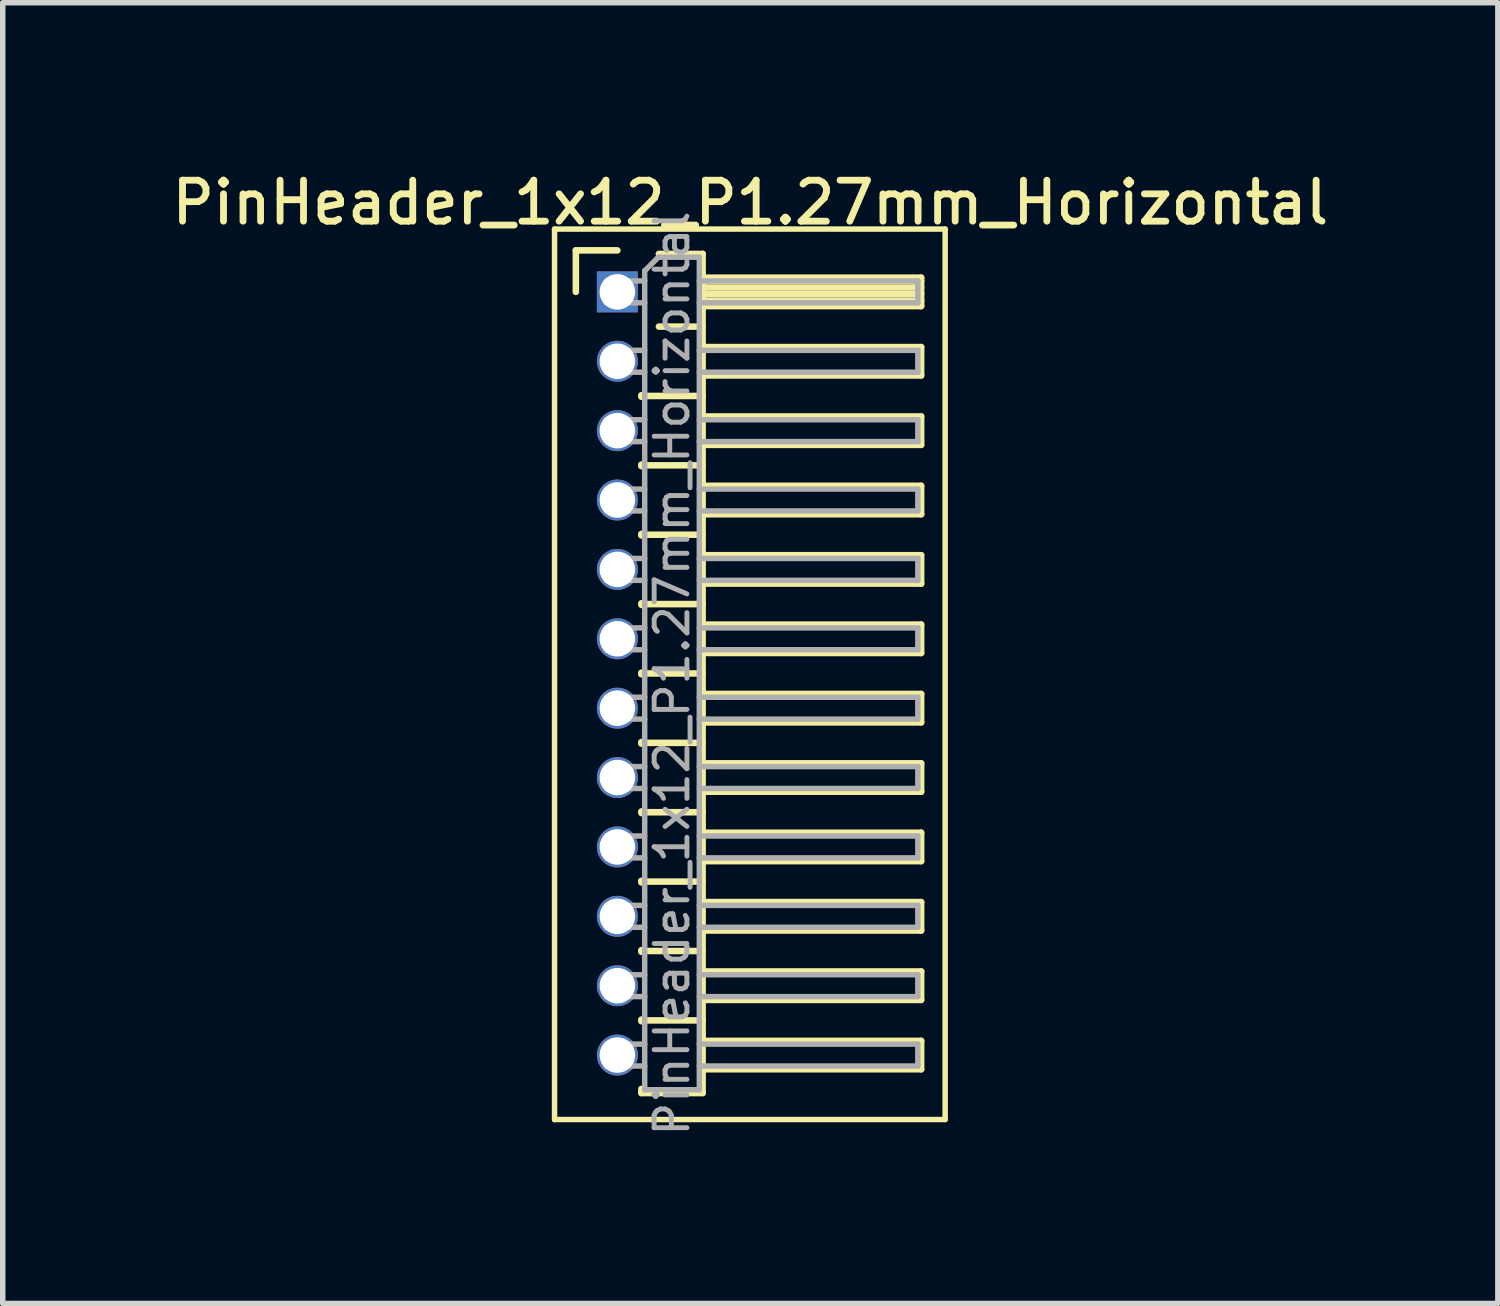
<source format=kicad_pcb>
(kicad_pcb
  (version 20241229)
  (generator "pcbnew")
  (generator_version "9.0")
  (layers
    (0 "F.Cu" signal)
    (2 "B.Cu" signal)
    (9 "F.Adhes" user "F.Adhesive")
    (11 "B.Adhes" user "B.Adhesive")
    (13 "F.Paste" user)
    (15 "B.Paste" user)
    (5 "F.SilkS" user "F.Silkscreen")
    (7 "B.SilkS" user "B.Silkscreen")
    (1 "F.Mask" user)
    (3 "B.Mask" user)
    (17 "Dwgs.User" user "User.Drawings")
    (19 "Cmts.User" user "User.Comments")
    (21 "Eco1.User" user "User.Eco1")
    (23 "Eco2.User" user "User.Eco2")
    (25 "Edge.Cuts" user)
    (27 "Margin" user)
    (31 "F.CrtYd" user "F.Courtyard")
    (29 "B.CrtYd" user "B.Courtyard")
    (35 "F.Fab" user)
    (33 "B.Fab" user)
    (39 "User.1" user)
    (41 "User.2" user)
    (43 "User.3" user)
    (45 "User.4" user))
  (footprint "PinHeader_1x12_P1.27mm_Horizontal"
    (layer "F.Cu")
    (at 8.251 2.293)
    (property "Reference" "PinHeader_1x12_P1.27mm_Horizontal" (at 2.433 -1.635 0) (layer "F.SilkS") (effects (font (size 0.75 0.75) (thickness 0.125))))
    (attr through_hole)
    (fp_line (start -1.15 -1.15) (end -1.15 15.15) (stroke (width 0.1) (type solid)) (layer "F.SilkS"))
    (fp_line (start -1.15 15.15) (end 6 15.15) (stroke (width 0.1) (type solid)) (layer "F.SilkS"))
    (fp_line (start -0.76 -0.76) (end 0 -0.76) (stroke (width 0.12) (type solid)) (layer "F.SilkS"))
    (fp_line (start -0.76 0) (end -0.76 -0.76) (stroke (width 0.12) (type solid)) (layer "F.SilkS"))
    (fp_line (start 0.44 1.89) (end 0.44 1.92) (stroke (width 0.12) (type solid)) (layer "F.SilkS"))
    (fp_line (start 0.44 1.905) (end 1.56 1.905) (stroke (width 0.12) (type solid)) (layer "F.SilkS"))
    (fp_line (start 0.44 3.16) (end 0.44 3.19) (stroke (width 0.12) (type solid)) (layer "F.SilkS"))
    (fp_line (start 0.44 3.175) (end 1.56 3.175) (stroke (width 0.12) (type solid)) (layer "F.SilkS"))
    (fp_line (start 0.44 4.43) (end 0.44 4.46) (stroke (width 0.12) (type solid)) (layer "F.SilkS"))
    (fp_line (start 0.44 4.445) (end 1.56 4.445) (stroke (width 0.12) (type solid)) (layer "F.SilkS"))
    (fp_line (start 0.44 5.7) (end 0.44 5.73) (stroke (width 0.12) (type solid)) (layer "F.SilkS"))
    (fp_line (start 0.44 5.715) (end 1.56 5.715) (stroke (width 0.12) (type solid)) (layer "F.SilkS"))
    (fp_line (start 0.44 6.97) (end 0.44 7) (stroke (width 0.12) (type solid)) (layer "F.SilkS"))
    (fp_line (start 0.44 6.985) (end 1.56 6.985) (stroke (width 0.12) (type solid)) (layer "F.SilkS"))
    (fp_line (start 0.44 8.24) (end 0.44 8.27) (stroke (width 0.12) (type solid)) (layer "F.SilkS"))
    (fp_line (start 0.44 8.255) (end 1.56 8.255) (stroke (width 0.12) (type solid)) (layer "F.SilkS"))
    (fp_line (start 0.44 9.51) (end 0.44 9.54) (stroke (width 0.12) (type solid)) (layer "F.SilkS"))
    (fp_line (start 0.44 9.525) (end 1.56 9.525) (stroke (width 0.12) (type solid)) (layer "F.SilkS"))
    (fp_line (start 0.44 10.78) (end 0.44 10.81) (stroke (width 0.12) (type solid)) (layer "F.SilkS"))
    (fp_line (start 0.44 10.795) (end 1.56 10.795) (stroke (width 0.12) (type solid)) (layer "F.SilkS"))
    (fp_line (start 0.44 12.05) (end 0.44 12.08) (stroke (width 0.12) (type solid)) (layer "F.SilkS"))
    (fp_line (start 0.44 12.065) (end 1.56 12.065) (stroke (width 0.12) (type solid)) (layer "F.SilkS"))
    (fp_line (start 0.44 13.32) (end 0.44 13.35) (stroke (width 0.12) (type solid)) (layer "F.SilkS"))
    (fp_line (start 0.44 13.335) (end 1.56 13.335) (stroke (width 0.12) (type solid)) (layer "F.SilkS"))
    (fp_line (start 0.44 14.665) (end 0.44 14.59) (stroke (width 0.12) (type solid)) (layer "F.SilkS"))
    (fp_line (start 0.76 -0.695) (end 1.56 -0.695) (stroke (width 0.12) (type solid)) (layer "F.SilkS"))
    (fp_line (start 0.76 0.635) (end 1.56 0.635) (stroke (width 0.12) (type solid)) (layer "F.SilkS"))
    (fp_line (start 1.56 -0.695) (end 1.56 14.665) (stroke (width 0.12) (type solid)) (layer "F.SilkS"))
    (fp_line (start 1.56 -0.26) (end 5.56 -0.26) (stroke (width 0.12) (type solid)) (layer "F.SilkS"))
    (fp_line (start 1.56 -0.2) (end 5.56 -0.2) (stroke (width 0.12) (type solid)) (layer "F.SilkS"))
    (fp_line (start 1.56 -0.08) (end 5.56 -0.08) (stroke (width 0.12) (type solid)) (layer "F.SilkS"))
    (fp_line (start 1.56 0.04) (end 5.56 0.04) (stroke (width 0.12) (type solid)) (layer "F.SilkS"))
    (fp_line (start 1.56 0.16) (end 5.56 0.16) (stroke (width 0.12) (type solid)) (layer "F.SilkS"))
    (fp_line (start 1.56 1.01) (end 5.56 1.01) (stroke (width 0.12) (type solid)) (layer "F.SilkS"))
    (fp_line (start 1.56 2.28) (end 5.56 2.28) (stroke (width 0.12) (type solid)) (layer "F.SilkS"))
    (fp_line (start 1.56 3.55) (end 5.56 3.55) (stroke (width 0.12) (type solid)) (layer "F.SilkS"))
    (fp_line (start 1.56 4.82) (end 5.56 4.82) (stroke (width 0.12) (type solid)) (layer "F.SilkS"))
    (fp_line (start 1.56 6.09) (end 5.56 6.09) (stroke (width 0.12) (type solid)) (layer "F.SilkS"))
    (fp_line (start 1.56 7.36) (end 5.56 7.36) (stroke (width 0.12) (type solid)) (layer "F.SilkS"))
    (fp_line (start 1.56 8.63) (end 5.56 8.63) (stroke (width 0.12) (type solid)) (layer "F.SilkS"))
    (fp_line (start 1.56 9.9) (end 5.56 9.9) (stroke (width 0.12) (type solid)) (layer "F.SilkS"))
    (fp_line (start 1.56 11.17) (end 5.56 11.17) (stroke (width 0.12) (type solid)) (layer "F.SilkS"))
    (fp_line (start 1.56 12.44) (end 5.56 12.44) (stroke (width 0.12) (type solid)) (layer "F.SilkS"))
    (fp_line (start 1.56 13.71) (end 5.56 13.71) (stroke (width 0.12) (type solid)) (layer "F.SilkS"))
    (fp_line (start 1.56 14.665) (end 0.44 14.665) (stroke (width 0.12) (type solid)) (layer "F.SilkS"))
    (fp_line (start 5.56 -0.26) (end 5.56 0.26) (stroke (width 0.12) (type solid)) (layer "F.SilkS"))
    (fp_line (start 5.56 0.26) (end 1.56 0.26) (stroke (width 0.12) (type solid)) (layer "F.SilkS"))
    (fp_line (start 5.56 1.01) (end 5.56 1.53) (stroke (width 0.12) (type solid)) (layer "F.SilkS"))
    (fp_line (start 5.56 1.53) (end 1.56 1.53) (stroke (width 0.12) (type solid)) (layer "F.SilkS"))
    (fp_line (start 5.56 2.28) (end 5.56 2.8) (stroke (width 0.12) (type solid)) (layer "F.SilkS"))
    (fp_line (start 5.56 2.8) (end 1.56 2.8) (stroke (width 0.12) (type solid)) (layer "F.SilkS"))
    (fp_line (start 5.56 3.55) (end 5.56 4.07) (stroke (width 0.12) (type solid)) (layer "F.SilkS"))
    (fp_line (start 5.56 4.07) (end 1.56 4.07) (stroke (width 0.12) (type solid)) (layer "F.SilkS"))
    (fp_line (start 5.56 4.82) (end 5.56 5.34) (stroke (width 0.12) (type solid)) (layer "F.SilkS"))
    (fp_line (start 5.56 5.34) (end 1.56 5.34) (stroke (width 0.12) (type solid)) (layer "F.SilkS"))
    (fp_line (start 5.56 6.09) (end 5.56 6.61) (stroke (width 0.12) (type solid)) (layer "F.SilkS"))
    (fp_line (start 5.56 6.61) (end 1.56 6.61) (stroke (width 0.12) (type solid)) (layer "F.SilkS"))
    (fp_line (start 5.56 7.36) (end 5.56 7.88) (stroke (width 0.12) (type solid)) (layer "F.SilkS"))
    (fp_line (start 5.56 7.88) (end 1.56 7.88) (stroke (width 0.12) (type solid)) (layer "F.SilkS"))
    (fp_line (start 5.56 8.63) (end 5.56 9.15) (stroke (width 0.12) (type solid)) (layer "F.SilkS"))
    (fp_line (start 5.56 9.15) (end 1.56 9.15) (stroke (width 0.12) (type solid)) (layer "F.SilkS"))
    (fp_line (start 5.56 9.9) (end 5.56 10.42) (stroke (width 0.12) (type solid)) (layer "F.SilkS"))
    (fp_line (start 5.56 10.42) (end 1.56 10.42) (stroke (width 0.12) (type solid)) (layer "F.SilkS"))
    (fp_line (start 5.56 11.17) (end 5.56 11.69) (stroke (width 0.12) (type solid)) (layer "F.SilkS"))
    (fp_line (start 5.56 11.69) (end 1.56 11.69) (stroke (width 0.12) (type solid)) (layer "F.SilkS"))
    (fp_line (start 5.56 12.44) (end 5.56 12.96) (stroke (width 0.12) (type solid)) (layer "F.SilkS"))
    (fp_line (start 5.56 12.96) (end 1.56 12.96) (stroke (width 0.12) (type solid)) (layer "F.SilkS"))
    (fp_line (start 5.56 13.71) (end 5.56 14.23) (stroke (width 0.12) (type solid)) (layer "F.SilkS"))
    (fp_line (start 5.56 14.23) (end 1.56 14.23) (stroke (width 0.12) (type solid)) (layer "F.SilkS"))
    (fp_line (start 6 -1.15) (end -1.15 -1.15) (stroke (width 0.1) (type solid)) (layer "F.SilkS"))
    (fp_line (start 6 15.15) (end 6 -1.15) (stroke (width 0.1) (type solid)) (layer "F.SilkS"))
    (fp_line (start -0.2 -0.2) (end -0.2 0.2) (stroke (width 0.1) (type solid)) (layer "F.Fab"))
    (fp_line (start -0.2 -0.2) (end 0.5 -0.2) (stroke (width 0.1) (type solid)) (layer "F.Fab"))
    (fp_line (start -0.2 0.2) (end 0.5 0.2) (stroke (width 0.1) (type solid)) (layer "F.Fab"))
    (fp_line (start -0.2 1.07) (end -0.2 1.47) (stroke (width 0.1) (type solid)) (layer "F.Fab"))
    (fp_line (start -0.2 1.07) (end 0.5 1.07) (stroke (width 0.1) (type solid)) (layer "F.Fab"))
    (fp_line (start -0.2 1.47) (end 0.5 1.47) (stroke (width 0.1) (type solid)) (layer "F.Fab"))
    (fp_line (start -0.2 2.34) (end -0.2 2.74) (stroke (width 0.1) (type solid)) (layer "F.Fab"))
    (fp_line (start -0.2 2.34) (end 0.5 2.34) (stroke (width 0.1) (type solid)) (layer "F.Fab"))
    (fp_line (start -0.2 2.74) (end 0.5 2.74) (stroke (width 0.1) (type solid)) (layer "F.Fab"))
    (fp_line (start -0.2 3.61) (end -0.2 4.01) (stroke (width 0.1) (type solid)) (layer "F.Fab"))
    (fp_line (start -0.2 3.61) (end 0.5 3.61) (stroke (width 0.1) (type solid)) (layer "F.Fab"))
    (fp_line (start -0.2 4.01) (end 0.5 4.01) (stroke (width 0.1) (type solid)) (layer "F.Fab"))
    (fp_line (start -0.2 4.88) (end -0.2 5.28) (stroke (width 0.1) (type solid)) (layer "F.Fab"))
    (fp_line (start -0.2 4.88) (end 0.5 4.88) (stroke (width 0.1) (type solid)) (layer "F.Fab"))
    (fp_line (start -0.2 5.28) (end 0.5 5.28) (stroke (width 0.1) (type solid)) (layer "F.Fab"))
    (fp_line (start -0.2 6.15) (end -0.2 6.55) (stroke (width 0.1) (type solid)) (layer "F.Fab"))
    (fp_line (start -0.2 6.15) (end 0.5 6.15) (stroke (width 0.1) (type solid)) (layer "F.Fab"))
    (fp_line (start -0.2 6.55) (end 0.5 6.55) (stroke (width 0.1) (type solid)) (layer "F.Fab"))
    (fp_line (start -0.2 7.42) (end -0.2 7.82) (stroke (width 0.1) (type solid)) (layer "F.Fab"))
    (fp_line (start -0.2 7.42) (end 0.5 7.42) (stroke (width 0.1) (type solid)) (layer "F.Fab"))
    (fp_line (start -0.2 7.82) (end 0.5 7.82) (stroke (width 0.1) (type solid)) (layer "F.Fab"))
    (fp_line (start -0.2 8.69) (end -0.2 9.09) (stroke (width 0.1) (type solid)) (layer "F.Fab"))
    (fp_line (start -0.2 8.69) (end 0.5 8.69) (stroke (width 0.1) (type solid)) (layer "F.Fab"))
    (fp_line (start -0.2 9.09) (end 0.5 9.09) (stroke (width 0.1) (type solid)) (layer "F.Fab"))
    (fp_line (start -0.2 9.96) (end -0.2 10.36) (stroke (width 0.1) (type solid)) (layer "F.Fab"))
    (fp_line (start -0.2 9.96) (end 0.5 9.96) (stroke (width 0.1) (type solid)) (layer "F.Fab"))
    (fp_line (start -0.2 10.36) (end 0.5 10.36) (stroke (width 0.1) (type solid)) (layer "F.Fab"))
    (fp_line (start -0.2 11.23) (end -0.2 11.63) (stroke (width 0.1) (type solid)) (layer "F.Fab"))
    (fp_line (start -0.2 11.23) (end 0.5 11.23) (stroke (width 0.1) (type solid)) (layer "F.Fab"))
    (fp_line (start -0.2 11.63) (end 0.5 11.63) (stroke (width 0.1) (type solid)) (layer "F.Fab"))
    (fp_line (start -0.2 12.5) (end -0.2 12.9) (stroke (width 0.1) (type solid)) (layer "F.Fab"))
    (fp_line (start -0.2 12.5) (end 0.5 12.5) (stroke (width 0.1) (type solid)) (layer "F.Fab"))
    (fp_line (start -0.2 12.9) (end 0.5 12.9) (stroke (width 0.1) (type solid)) (layer "F.Fab"))
    (fp_line (start -0.2 13.77) (end -0.2 14.17) (stroke (width 0.1) (type solid)) (layer "F.Fab"))
    (fp_line (start -0.2 13.77) (end 0.5 13.77) (stroke (width 0.1) (type solid)) (layer "F.Fab"))
    (fp_line (start -0.2 14.17) (end 0.5 14.17) (stroke (width 0.1) (type solid)) (layer "F.Fab"))
    (fp_line (start 0.5 -0.385) (end 0.75 -0.635) (stroke (width 0.1) (type solid)) (layer "F.Fab"))
    (fp_line (start 0.5 14.605) (end 0.5 -0.385) (stroke (width 0.1) (type solid)) (layer "F.Fab"))
    (fp_line (start 0.75 -0.635) (end 1.5 -0.635) (stroke (width 0.1) (type solid)) (layer "F.Fab"))
    (fp_line (start 1.5 -0.635) (end 1.5 14.605) (stroke (width 0.1) (type solid)) (layer "F.Fab"))
    (fp_line (start 1.5 -0.2) (end 5.5 -0.2) (stroke (width 0.1) (type solid)) (layer "F.Fab"))
    (fp_line (start 1.5 0.2) (end 5.5 0.2) (stroke (width 0.1) (type solid)) (layer "F.Fab"))
    (fp_line (start 1.5 1.07) (end 5.5 1.07) (stroke (width 0.1) (type solid)) (layer "F.Fab"))
    (fp_line (start 1.5 1.47) (end 5.5 1.47) (stroke (width 0.1) (type solid)) (layer "F.Fab"))
    (fp_line (start 1.5 2.34) (end 5.5 2.34) (stroke (width 0.1) (type solid)) (layer "F.Fab"))
    (fp_line (start 1.5 2.74) (end 5.5 2.74) (stroke (width 0.1) (type solid)) (layer "F.Fab"))
    (fp_line (start 1.5 3.61) (end 5.5 3.61) (stroke (width 0.1) (type solid)) (layer "F.Fab"))
    (fp_line (start 1.5 4.01) (end 5.5 4.01) (stroke (width 0.1) (type solid)) (layer "F.Fab"))
    (fp_line (start 1.5 4.88) (end 5.5 4.88) (stroke (width 0.1) (type solid)) (layer "F.Fab"))
    (fp_line (start 1.5 5.28) (end 5.5 5.28) (stroke (width 0.1) (type solid)) (layer "F.Fab"))
    (fp_line (start 1.5 6.15) (end 5.5 6.15) (stroke (width 0.1) (type solid)) (layer "F.Fab"))
    (fp_line (start 1.5 6.55) (end 5.5 6.55) (stroke (width 0.1) (type solid)) (layer "F.Fab"))
    (fp_line (start 1.5 7.42) (end 5.5 7.42) (stroke (width 0.1) (type solid)) (layer "F.Fab"))
    (fp_line (start 1.5 7.82) (end 5.5 7.82) (stroke (width 0.1) (type solid)) (layer "F.Fab"))
    (fp_line (start 1.5 8.69) (end 5.5 8.69) (stroke (width 0.1) (type solid)) (layer "F.Fab"))
    (fp_line (start 1.5 9.09) (end 5.5 9.09) (stroke (width 0.1) (type solid)) (layer "F.Fab"))
    (fp_line (start 1.5 9.96) (end 5.5 9.96) (stroke (width 0.1) (type solid)) (layer "F.Fab"))
    (fp_line (start 1.5 10.36) (end 5.5 10.36) (stroke (width 0.1) (type solid)) (layer "F.Fab"))
    (fp_line (start 1.5 11.23) (end 5.5 11.23) (stroke (width 0.1) (type solid)) (layer "F.Fab"))
    (fp_line (start 1.5 11.63) (end 5.5 11.63) (stroke (width 0.1) (type solid)) (layer "F.Fab"))
    (fp_line (start 1.5 12.5) (end 5.5 12.5) (stroke (width 0.1) (type solid)) (layer "F.Fab"))
    (fp_line (start 1.5 12.9) (end 5.5 12.9) (stroke (width 0.1) (type solid)) (layer "F.Fab"))
    (fp_line (start 1.5 13.77) (end 5.5 13.77) (stroke (width 0.1) (type solid)) (layer "F.Fab"))
    (fp_line (start 1.5 14.17) (end 5.5 14.17) (stroke (width 0.1) (type solid)) (layer "F.Fab"))
    (fp_line (start 1.5 14.605) (end 0.5 14.605) (stroke (width 0.1) (type solid)) (layer "F.Fab"))
    (fp_line (start 5.5 -0.2) (end 5.5 0.2) (stroke (width 0.1) (type solid)) (layer "F.Fab"))
    (fp_line (start 5.5 1.07) (end 5.5 1.47) (stroke (width 0.1) (type solid)) (layer "F.Fab"))
    (fp_line (start 5.5 2.34) (end 5.5 2.74) (stroke (width 0.1) (type solid)) (layer "F.Fab"))
    (fp_line (start 5.5 3.61) (end 5.5 4.01) (stroke (width 0.1) (type solid)) (layer "F.Fab"))
    (fp_line (start 5.5 4.88) (end 5.5 5.28) (stroke (width 0.1) (type solid)) (layer "F.Fab"))
    (fp_line (start 5.5 6.15) (end 5.5 6.55) (stroke (width 0.1) (type solid)) (layer "F.Fab"))
    (fp_line (start 5.5 7.42) (end 5.5 7.82) (stroke (width 0.1) (type solid)) (layer "F.Fab"))
    (fp_line (start 5.5 8.69) (end 5.5 9.09) (stroke (width 0.1) (type solid)) (layer "F.Fab"))
    (fp_line (start 5.5 9.96) (end 5.5 10.36) (stroke (width 0.1) (type solid)) (layer "F.Fab"))
    (fp_line (start 5.5 11.23) (end 5.5 11.63) (stroke (width 0.1) (type solid)) (layer "F.Fab"))
    (fp_line (start 5.5 12.5) (end 5.5 12.9) (stroke (width 0.1) (type solid)) (layer "F.Fab"))
    (fp_line (start 5.5 13.77) (end 5.5 14.17) (stroke (width 0.1) (type solid)) (layer "F.Fab"))
    (fp_text user "${REFERENCE}" (at 1 6.985 90) (layer "F.Fab") (effects (font (size 0.6 0.6) (thickness 0.09))))
    (pad "1" thru_hole rect (at 0 0) (size 0.75 0.75) (drill 0.65) (layers "*.Cu" "*.Mask"))
    (pad "2" thru_hole oval (at 0 1.27) (size 0.75 0.75) (drill 0.65) (layers "*.Cu" "*.Mask"))
    (pad "3" thru_hole oval (at 0 2.54) (size 0.75 0.75) (drill 0.65) (layers "*.Cu" "*.Mask"))
    (pad "4" thru_hole oval (at 0 3.81) (size 0.75 0.75) (drill 0.65) (layers "*.Cu" "*.Mask"))
    (pad "5" thru_hole oval (at 0 5.08) (size 0.75 0.75) (drill 0.65) (layers "*.Cu" "*.Mask"))
    (pad "6" thru_hole oval (at 0 6.35) (size 0.75 0.75) (drill 0.65) (layers "*.Cu" "*.Mask"))
    (pad "7" thru_hole oval (at 0 7.62) (size 0.75 0.75) (drill 0.65) (layers "*.Cu" "*.Mask"))
    (pad "8" thru_hole oval (at 0 8.89) (size 0.75 0.75) (drill 0.65) (layers "*.Cu" "*.Mask"))
    (pad "9" thru_hole oval (at 0 10.16) (size 0.75 0.75) (drill 0.65) (layers "*.Cu" "*.Mask"))
    (pad "10" thru_hole oval (at 0 11.43) (size 0.75 0.75) (drill 0.65) (layers "*.Cu" "*.Mask"))
    (pad "11" thru_hole oval (at 0 12.7) (size 0.75 0.75) (drill 0.65) (layers "*.Cu" "*.Mask"))
    (pad "12" thru_hole oval (at 0 13.97) (size 0.75 0.75) (drill 0.65) (layers "*.Cu" "*.Mask")))
  (gr_rect
    (start -3 -3)
    (end 24.368 20.81)
    (stroke (width 0.1) (type default))
    (fill no)
    (layer "Edge.Cuts")))
</source>
